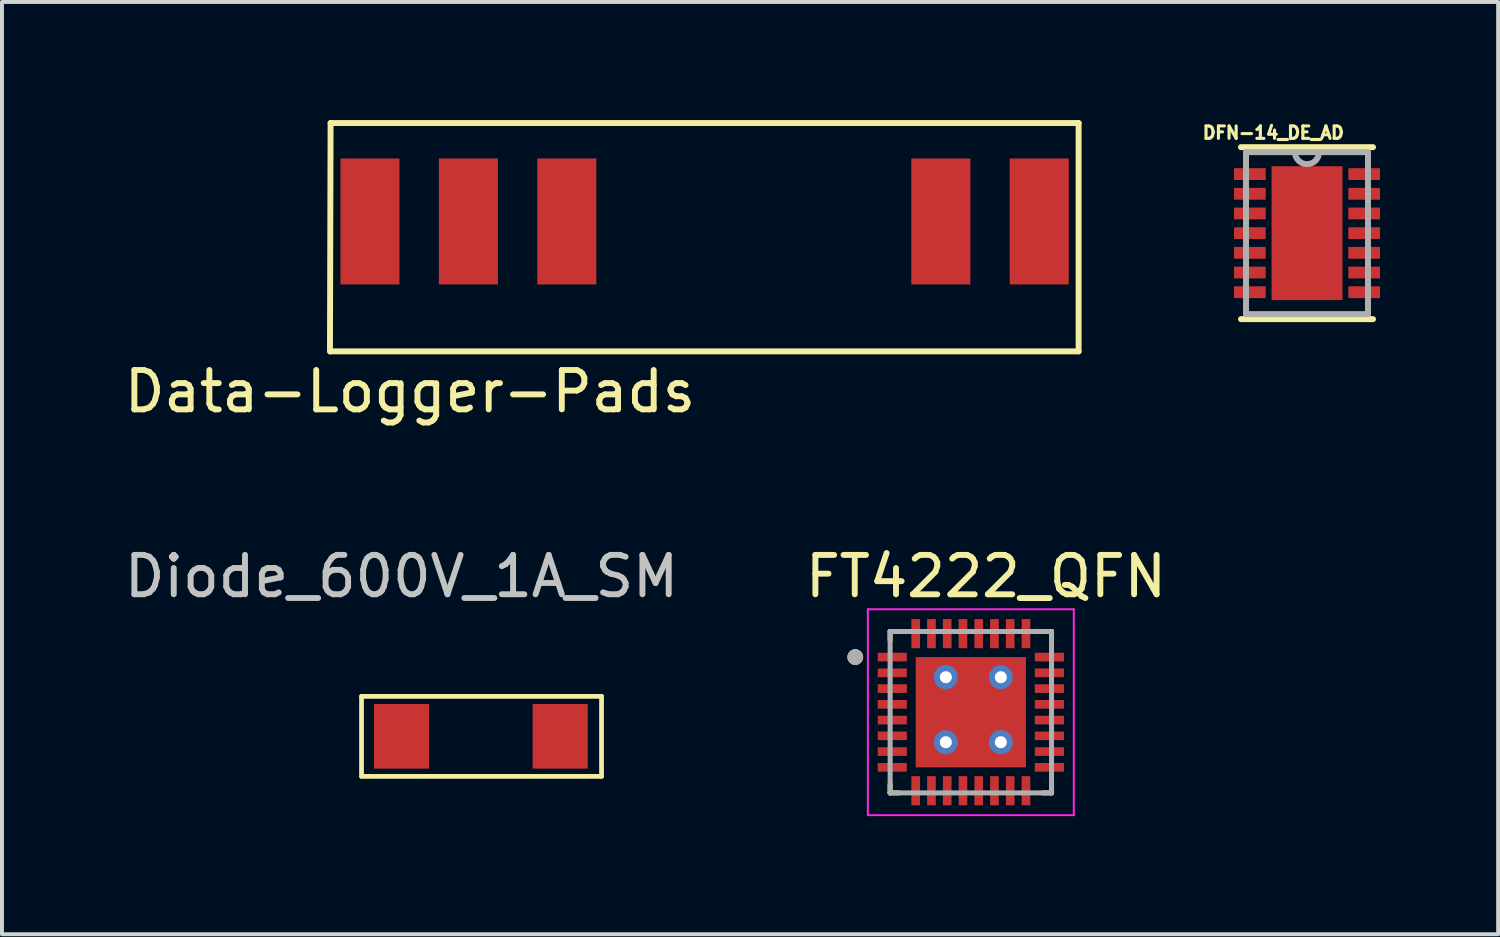
<source format=kicad_pcb>
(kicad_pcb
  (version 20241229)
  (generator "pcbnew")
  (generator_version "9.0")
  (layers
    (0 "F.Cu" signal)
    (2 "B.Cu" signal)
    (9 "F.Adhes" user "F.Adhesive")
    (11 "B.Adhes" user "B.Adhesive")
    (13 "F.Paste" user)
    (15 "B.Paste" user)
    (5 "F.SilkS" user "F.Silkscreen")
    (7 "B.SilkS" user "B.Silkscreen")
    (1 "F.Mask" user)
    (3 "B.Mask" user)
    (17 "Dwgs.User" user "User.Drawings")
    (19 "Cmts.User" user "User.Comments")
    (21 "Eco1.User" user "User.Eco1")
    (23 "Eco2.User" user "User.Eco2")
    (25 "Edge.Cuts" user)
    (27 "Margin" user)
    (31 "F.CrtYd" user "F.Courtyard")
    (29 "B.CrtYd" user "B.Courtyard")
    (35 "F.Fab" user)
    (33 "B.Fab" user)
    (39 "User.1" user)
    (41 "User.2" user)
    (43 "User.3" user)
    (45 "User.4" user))
  (footprint "Diode_600V_1A_SM"
    (layer "F.Cu")
    (at 7.149 15.653)
    (property "Reference" "Diode_600V_1A_SM" (at 0 -4.064 0) (layer "Dwgs.User") (effects (font (size 1 1) (thickness 0.15))))
    (attr through_hole)
    (fp_line (start -1.016 -1.016) (end 5.08 -1.016) (stroke (width 0.12) (type solid)) (layer "F.SilkS"))
    (fp_line (start -1.016 1.016) (end -1.016 -1.016) (stroke (width 0.12) (type solid)) (layer "F.SilkS"))
    (fp_line (start 5.08 -1.016) (end 5.08 1.016) (stroke (width 0.12) (type solid)) (layer "F.SilkS"))
    (fp_line (start 5.08 1.016) (end -1.016 1.016) (stroke (width 0.12) (type solid)) (layer "F.SilkS"))
    (pad "1" smd rect (at 0 0) (size 1.4 1.64) (layers "F.Cu" "F.Mask" "F.Paste"))
    (pad "2" smd rect (at 4.03 0) (size 1.4 1.64) (layers "F.Cu" "F.Mask" "F.Paste")))
  (footprint "Data-Logger-Pads"
    (layer "F.Cu")
    (at 6.347 2.575)
    (property "Reference" "Data-Logger-Pads" (at 1.016 4.318 0) (layer "F.SilkS") (effects (font (size 1 1) (thickness 0.15))))
    (attr through_hole)
    (fp_line (start -1.016 3.302) (end -1 -2.5) (stroke (width 0.15) (type solid)) (layer "F.SilkS"))
    (fp_line (start -1 -2.5) (end 18 -2.5) (stroke (width 0.15) (type solid)) (layer "F.SilkS"))
    (fp_line (start 18 -2.5) (end 18 3.3) (stroke (width 0.15) (type solid)) (layer "F.SilkS"))
    (fp_line (start 18 3.3) (end -1 3.3) (stroke (width 0.15) (type solid)) (layer "F.SilkS"))
    (pad "1" smd rect (at 0 0) (size 1.5 3.2) (layers "F.Cu" "F.Mask" "F.Paste"))
    (pad "2" smd rect (at 2.5 0) (size 1.5 3.2) (layers "F.Cu" "F.Mask" "F.Paste"))
    (pad "3" smd rect (at 5 0) (size 1.5 3.2) (layers "F.Cu" "F.Mask" "F.Paste"))
    (pad "4" smd rect (at 14.5 0) (size 1.5 3.2) (layers "F.Cu" "F.Mask" "F.Paste"))
    (pad "5" smd rect (at 17 0) (size 1.5 3.2) (layers "F.Cu" "F.Mask" "F.Paste")))
  (footprint "DFN-14_DE_AD"
    (layer "F.Cu")
    (at 30.148 2.872)
    (property "Reference" "DFN-14_DE_AD" (at -0.855 -2.55 0) (layer "F.SilkS") (effects (font (size 0.315 0.315) (thickness 0.15))))
    (attr through_hole)
    (fp_line (start -1.676 2.184) (end 1.676 2.184) (stroke (width 0.152) (type solid)) (layer "F.SilkS"))
    (fp_line (start 1.676 -2.184) (end -1.676 -2.184) (stroke (width 0.152) (type solid)) (layer "F.SilkS"))
    (fp_poly (pts (xy -0.8 -1.6) (xy -0.8 -0.1) (xy 0.8 -0.1) (xy 0.8 -1.6)) (stroke (width 0.025) (type solid)) (fill yes) (layer "F.Paste"))
    (fp_poly (pts (xy -0.8 0.1) (xy -0.8 1.6) (xy 0.8 1.6) (xy 0.8 0.1)) (stroke (width 0.025) (type solid)) (fill yes) (layer "F.Paste"))
    (fp_line (start -1.549 -2.057) (end -1.549 2.057) (stroke (width 0.152) (type solid)) (layer "F.Fab"))
    (fp_line (start -1.549 2.057) (end 1.549 2.057) (stroke (width 0.152) (type solid)) (layer "F.Fab"))
    (fp_line (start -0.305 -2.057) (end -1.549 -2.057) (stroke (width 0.152) (type solid)) (layer "F.Fab"))
    (fp_line (start 0.305 -2.057) (end -0.305 -2.057) (stroke (width 0.152) (type solid)) (layer "F.Fab"))
    (fp_line (start 1.549 -2.057) (end 0.305 -2.057) (stroke (width 0.152) (type solid)) (layer "F.Fab"))
    (fp_line (start 1.549 2.057) (end 1.549 -2.057) (stroke (width 0.152) (type solid)) (layer "F.Fab"))
    (fp_arc (start 0.3048 -2.0574) (mid 0 -1.7526) (end -0.3048 -2.0574) (stroke (width 0.1524) (type solid)) (layer "F.Fab"))
    (pad "1" smd rect (at -1.452 -1.5) (size 0.805 0.3) (layers "F.Cu" "F.Mask" "F.Paste"))
    (pad "2" smd rect (at -1.452 -1) (size 0.805 0.3) (layers "F.Cu" "F.Mask" "F.Paste"))
    (pad "3" smd rect (at -1.452 -0.5) (size 0.805 0.3) (layers "F.Cu" "F.Mask" "F.Paste"))
    (pad "4" smd rect (at -1.452 0) (size 0.805 0.3) (layers "F.Cu" "F.Mask" "F.Paste"))
    (pad "5" smd rect (at -1.452 0.5) (size 0.805 0.3) (layers "F.Cu" "F.Mask" "F.Paste"))
    (pad "6" smd rect (at -1.452 1) (size 0.805 0.3) (layers "F.Cu" "F.Mask" "F.Paste"))
    (pad "7" smd rect (at -1.452 1.5) (size 0.805 0.3) (layers "F.Cu" "F.Mask" "F.Paste"))
    (pad "8" smd rect (at 1.452 1.5) (size 0.805 0.3) (layers "F.Cu" "F.Mask" "F.Paste"))
    (pad "9" smd rect (at 1.452 1) (size 0.805 0.3) (layers "F.Cu" "F.Mask" "F.Paste"))
    (pad "10" smd rect (at 1.452 0.5) (size 0.805 0.3) (layers "F.Cu" "F.Mask" "F.Paste"))
    (pad "11" smd rect (at 1.452 0) (size 0.805 0.3) (layers "F.Cu" "F.Mask" "F.Paste"))
    (pad "12" smd rect (at 1.452 -0.5) (size 0.805 0.3) (layers "F.Cu" "F.Mask" "F.Paste"))
    (pad "13" smd rect (at 1.452 -1) (size 0.805 0.3) (layers "F.Cu" "F.Mask" "F.Paste"))
    (pad "14" smd rect (at 1.452 -1.5) (size 0.805 0.3) (layers "F.Cu" "F.Mask" "F.Paste"))
    (pad "15" smd rect (at 0 0) (size 1.8 3.4) (layers "F.Cu" "F.Mask")))
  (footprint "FT4222_QFN"
    (layer "F.Cu")
    (at 21.609 15.04)
    (property "Reference" "FT4222_QFN" (at 0.385 -3.45 0) (layer "F.SilkS") (effects (font (size 1 1) (thickness 0.15))))
    (attr smd)
    (fp_line (start -2.05 -2.05) (end -2.05 -1.83) (stroke (width 0.127) (type solid)) (layer "F.SilkS"))
    (fp_line (start -2.05 -2.05) (end -1.83 -2.05) (stroke (width 0.127) (type solid)) (layer "F.SilkS"))
    (fp_line (start -2.05 2.05) (end -2.05 1.83) (stroke (width 0.127) (type solid)) (layer "F.SilkS"))
    (fp_line (start -2.05 2.05) (end -1.83 2.05) (stroke (width 0.127) (type solid)) (layer "F.SilkS"))
    (fp_line (start 2.05 -2.05) (end 1.83 -2.05) (stroke (width 0.127) (type solid)) (layer "F.SilkS"))
    (fp_line (start 2.05 -2.05) (end 2.05 -1.83) (stroke (width 0.127) (type solid)) (layer "F.SilkS"))
    (fp_line (start 2.05 2.05) (end 1.83 2.05) (stroke (width 0.127) (type solid)) (layer "F.SilkS"))
    (fp_line (start 2.05 2.05) (end 2.05 1.83) (stroke (width 0.127) (type solid)) (layer "F.SilkS"))
    (fp_circle (center -2.935 -1.4) (end -2.835 -1.4) (stroke (width 0.2) (type solid)) (fill no) (layer "F.SilkS"))
    (fp_poly (pts (xy -1.33 -1.33) (xy -0.1 -1.33) (xy -0.1 -0.1) (xy -1.33 -0.1)) (stroke (width 0.01) (type solid)) (fill yes) (layer "F.Paste"))
    (fp_poly (pts (xy -1.33 0.1) (xy -0.1 0.1) (xy -0.1 1.33) (xy -1.33 1.33)) (stroke (width 0.01) (type solid)) (fill yes) (layer "F.Paste"))
    (fp_poly (pts (xy 0.1 -1.33) (xy 1.33 -1.33) (xy 1.33 -0.1) (xy 0.1 -0.1)) (stroke (width 0.01) (type solid)) (fill yes) (layer "F.Paste"))
    (fp_poly (pts (xy 0.1 0.1) (xy 1.33 0.1) (xy 1.33 1.33) (xy 0.1 1.33)) (stroke (width 0.01) (type solid)) (fill yes) (layer "F.Paste"))
    (fp_line (start -2.615 -2.615) (end 2.615 -2.615) (stroke (width 0.05) (type solid)) (layer "F.CrtYd"))
    (fp_line (start -2.615 2.615) (end -2.615 -2.615) (stroke (width 0.05) (type solid)) (layer "F.CrtYd"))
    (fp_line (start -2.615 2.615) (end 2.615 2.615) (stroke (width 0.05) (type solid)) (layer "F.CrtYd"))
    (fp_line (start 2.615 2.615) (end 2.615 -2.615) (stroke (width 0.05) (type solid)) (layer "F.CrtYd"))
    (fp_line (start -2.05 2.05) (end -2.05 -2.05) (stroke (width 0.127) (type solid)) (layer "F.Fab"))
    (fp_line (start 2.05 -2.05) (end -2.05 -2.05) (stroke (width 0.127) (type solid)) (layer "F.Fab"))
    (fp_line (start 2.05 2.05) (end -2.05 2.05) (stroke (width 0.127) (type solid)) (layer "F.Fab"))
    (fp_line (start 2.05 2.05) (end 2.05 -2.05) (stroke (width 0.127) (type solid)) (layer "F.Fab"))
    (fp_circle (center -2.935 -1.4) (end -2.835 -1.4) (stroke (width 0.2) (type solid)) (fill no) (layer "F.Fab"))
    (pad "1" smd rect (at -1.995 -1.4) (size 0.74 0.22) (layers "F.Cu" "F.Mask" "F.Paste"))
    (pad "2" smd rect (at -1.995 -1) (size 0.74 0.22) (layers "F.Cu" "F.Mask" "F.Paste"))
    (pad "3" smd rect (at -1.995 -0.6) (size 0.74 0.22) (layers "F.Cu" "F.Mask" "F.Paste"))
    (pad "4" smd rect (at -1.995 -0.2) (size 0.74 0.22) (layers "F.Cu" "F.Mask" "F.Paste"))
    (pad "5" smd rect (at -1.995 0.2) (size 0.74 0.22) (layers "F.Cu" "F.Mask" "F.Paste"))
    (pad "6" smd rect (at -1.995 0.6) (size 0.74 0.22) (layers "F.Cu" "F.Mask" "F.Paste"))
    (pad "7" smd rect (at -1.995 1) (size 0.74 0.22) (layers "F.Cu" "F.Mask" "F.Paste"))
    (pad "8" smd rect (at -1.995 1.4) (size 0.74 0.22) (layers "F.Cu" "F.Mask" "F.Paste"))
    (pad "9" smd rect (at -1.4 1.995) (size 0.22 0.74) (layers "F.Cu" "F.Mask" "F.Paste"))
    (pad "10" smd rect (at -1 1.995) (size 0.22 0.74) (layers "F.Cu" "F.Mask" "F.Paste"))
    (pad "11" smd rect (at -0.6 1.995) (size 0.22 0.74) (layers "F.Cu" "F.Mask" "F.Paste"))
    (pad "12" smd rect (at -0.2 1.995) (size 0.22 0.74) (layers "F.Cu" "F.Mask" "F.Paste"))
    (pad "13" smd rect (at 0.2 1.995) (size 0.22 0.74) (layers "F.Cu" "F.Mask" "F.Paste"))
    (pad "14" smd rect (at 0.6 1.995) (size 0.22 0.74) (layers "F.Cu" "F.Mask" "F.Paste"))
    (pad "15" smd rect (at 1 1.995) (size 0.22 0.74) (layers "F.Cu" "F.Mask" "F.Paste"))
    (pad "16" smd rect (at 1.4 1.995) (size 0.22 0.74) (layers "F.Cu" "F.Mask" "F.Paste"))
    (pad "17" smd rect (at 1.995 1.4) (size 0.74 0.22) (layers "F.Cu" "F.Mask" "F.Paste"))
    (pad "18" smd rect (at 1.995 1) (size 0.74 0.22) (layers "F.Cu" "F.Mask" "F.Paste"))
    (pad "19" smd rect (at 1.995 0.6) (size 0.74 0.22) (layers "F.Cu" "F.Mask" "F.Paste"))
    (pad "20" smd rect (at 1.995 0.2) (size 0.74 0.22) (layers "F.Cu" "F.Mask" "F.Paste"))
    (pad "21" smd rect (at 1.995 -0.2) (size 0.74 0.22) (layers "F.Cu" "F.Mask" "F.Paste"))
    (pad "22" smd rect (at 1.995 -0.6) (size 0.74 0.22) (layers "F.Cu" "F.Mask" "F.Paste"))
    (pad "23" smd rect (at 1.995 -1) (size 0.74 0.22) (layers "F.Cu" "F.Mask" "F.Paste"))
    (pad "24" smd rect (at 1.995 -1.4) (size 0.74 0.22) (layers "F.Cu" "F.Mask" "F.Paste"))
    (pad "25" smd rect (at 1.4 -1.995) (size 0.22 0.74) (layers "F.Cu" "F.Mask" "F.Paste"))
    (pad "26" smd rect (at 1 -1.995) (size 0.22 0.74) (layers "F.Cu" "F.Mask" "F.Paste"))
    (pad "27" smd rect (at 0.6 -1.995) (size 0.22 0.74) (layers "F.Cu" "F.Mask" "F.Paste"))
    (pad "28" smd rect (at 0.2 -1.995) (size 0.22 0.74) (layers "F.Cu" "F.Mask" "F.Paste"))
    (pad "29" smd rect (at -0.2 -1.995) (size 0.22 0.74) (layers "F.Cu" "F.Mask" "F.Paste"))
    (pad "30" smd rect (at -0.6 -1.995) (size 0.22 0.74) (layers "F.Cu" "F.Mask" "F.Paste"))
    (pad "31" smd rect (at -1 -1.995) (size 0.22 0.74) (layers "F.Cu" "F.Mask" "F.Paste"))
    (pad "32" smd rect (at -1.4 -1.995) (size 0.22 0.74) (layers "F.Cu" "F.Mask" "F.Paste"))
    (pad "33" thru_hole circle (at -0.635 -0.889) (size 0.61 0.61) (drill 0.305) (layers "*.Cu" "*.Mask"))
    (pad "33" thru_hole circle (at -0.635 0.762) (size 0.61 0.61) (drill 0.305) (layers "*.Cu" "*.Mask"))
    (pad "33" smd rect (at 0 0) (size 2.8 2.8) (layers "F.Cu" "F.Mask"))
    (pad "33" thru_hole circle (at 0.762 -0.889) (size 0.61 0.61) (drill 0.305) (layers "*.Cu" "*.Mask"))
    (pad "33" thru_hole circle (at 0.762 0.762) (size 0.61 0.61) (drill 0.305) (layers "*.Cu" "*.Mask")))
  (gr_rect
    (start -3 -3)
    (end 35.003 20.68)
    (stroke (width 0.1) (type default))
    (fill no)
    (layer "Edge.Cuts")))
</source>
